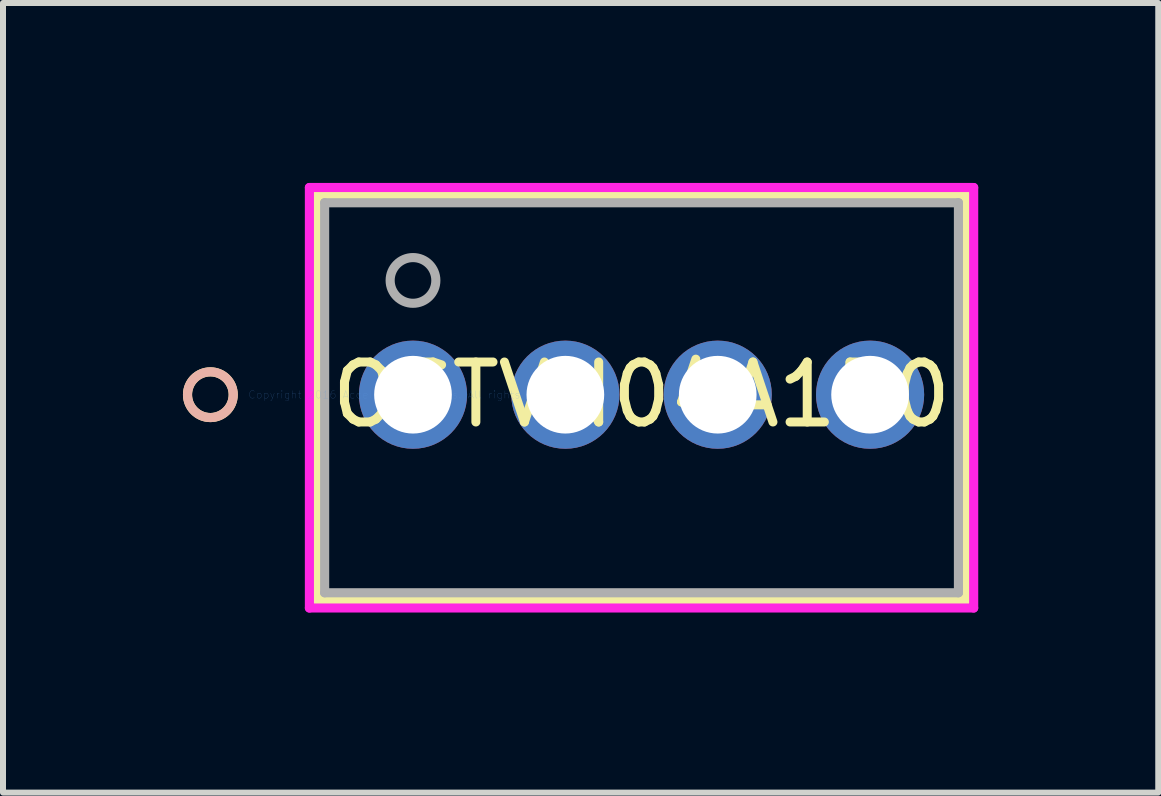
<source format=kicad_pcb>
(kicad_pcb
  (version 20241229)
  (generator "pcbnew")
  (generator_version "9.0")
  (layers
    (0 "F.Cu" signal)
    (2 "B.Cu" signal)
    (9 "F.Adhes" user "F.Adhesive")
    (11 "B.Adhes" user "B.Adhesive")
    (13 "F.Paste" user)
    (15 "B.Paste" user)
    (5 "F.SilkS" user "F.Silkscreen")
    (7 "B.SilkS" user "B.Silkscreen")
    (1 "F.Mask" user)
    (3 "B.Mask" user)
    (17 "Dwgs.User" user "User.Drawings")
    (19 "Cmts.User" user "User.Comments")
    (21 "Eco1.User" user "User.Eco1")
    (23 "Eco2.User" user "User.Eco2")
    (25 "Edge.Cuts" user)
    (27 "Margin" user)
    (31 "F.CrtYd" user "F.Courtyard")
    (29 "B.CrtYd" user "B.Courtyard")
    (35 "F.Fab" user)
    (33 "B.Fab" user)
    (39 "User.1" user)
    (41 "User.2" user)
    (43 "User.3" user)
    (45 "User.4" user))
  (footprint "OSTVN04A150"
    (layer "F.Cu")
    (at 3.835 3.53)
    (property "Reference" "OSTVN04A150" (at 3.81 0 0) (layer "F.SilkS") (effects (font (size 1 1) (thickness 0.15))))
    (attr through_hole)
    (fp_line (start -1.6 -3.327) (end -1.6 3.429) (stroke (width 0.152) (type solid)) (layer "F.SilkS"))
    (fp_line (start -1.6 3.429) (end 9.22 3.429) (stroke (width 0.152) (type solid)) (layer "F.SilkS"))
    (fp_line (start 9.22 -3.327) (end -1.6 -3.327) (stroke (width 0.152) (type solid)) (layer "F.SilkS"))
    (fp_line (start 9.22 3.429) (end 9.22 -3.327) (stroke (width 0.152) (type solid)) (layer "F.SilkS"))
    (fp_circle (center -3.378 0) (end -2.997 0) (stroke (width 0.152) (type solid)) (fill no) (layer "F.SilkS"))
    (fp_circle (center -3.378 0) (end -2.997 0) (stroke (width 0.152) (type solid)) (fill no) (layer "B.SilkS"))
    (fp_line (start -1.727 -3.454) (end -1.727 3.556) (stroke (width 0.152) (type solid)) (layer "F.CrtYd"))
    (fp_line (start -1.727 3.556) (end 9.347 3.556) (stroke (width 0.152) (type solid)) (layer "F.CrtYd"))
    (fp_line (start 9.347 -3.454) (end -1.727 -3.454) (stroke (width 0.152) (type solid)) (layer "F.CrtYd"))
    (fp_line (start 9.347 3.556) (end 9.347 -3.454) (stroke (width 0.152) (type solid)) (layer "F.CrtYd"))
    (fp_line (start -1.473 -3.2) (end -1.473 3.302) (stroke (width 0.152) (type solid)) (layer "F.Fab"))
    (fp_line (start -1.473 3.302) (end 9.093 3.302) (stroke (width 0.152) (type solid)) (layer "F.Fab"))
    (fp_line (start 9.093 -3.2) (end -1.473 -3.2) (stroke (width 0.152) (type solid)) (layer "F.Fab"))
    (fp_line (start 9.093 3.302) (end 9.093 -3.2) (stroke (width 0.152) (type solid)) (layer "F.Fab"))
    (fp_circle (center 0 -1.905) (end 0.381 -1.905) (stroke (width 0.152) (type solid)) (fill no) (layer "F.Fab"))
    (fp_text user "*" (at 0 0 0) (layer "F.SilkS") (effects (font (size 1 1) (thickness 0.15))))
    (fp_text user "Copyright 2016 Accelerated Designs. All rights reserved." (at 0 0 0) (layer "Cmts.User") (effects (font (size 0.127 0.127) (thickness 0.002))))
    (fp_text user "*" (at 0 0 0) (layer "F.Fab") (effects (font (size 1 1) (thickness 0.15))))
    (pad "1" thru_hole circle (at 0 0) (size 1.803 1.803) (drill 1.295) (layers "*.Cu" "*.Mask"))
    (pad "2" thru_hole circle (at 2.54 0) (size 1.803 1.803) (drill 1.295) (layers "*.Cu" "*.Mask"))
    (pad "3" thru_hole circle (at 5.08 0) (size 1.803 1.803) (drill 1.295) (layers "*.Cu" "*.Mask"))
    (pad "4" thru_hole circle (at 7.62 0) (size 1.803 1.803) (drill 1.295) (layers "*.Cu" "*.Mask")))
  (gr_rect
    (start -3 -3)
    (end 16.259 10.163)
    (stroke (width 0.1) (type default))
    (fill no)
    (layer "Edge.Cuts")))
</source>
